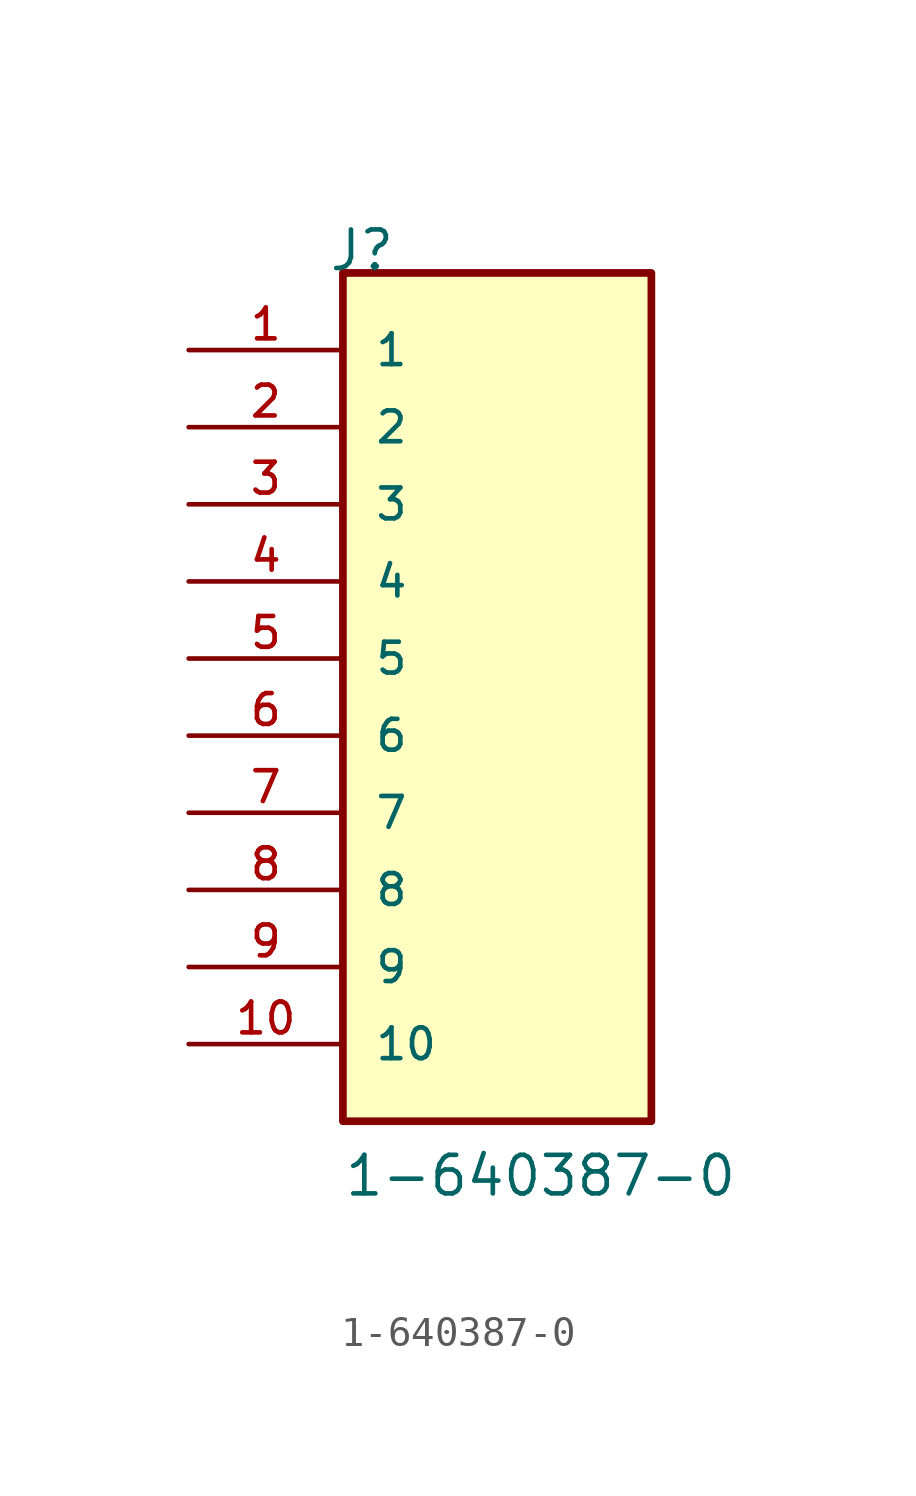
<source format=kicad_sym>
(kicad_symbol_lib
  (version 20211014)
  (generator kicad_symbol_editor)
  (symbol "1-640387-0"
    (pin_names
      (offset 1.016))
    (property "Reference" "J"
      (at -5.58 15.24 0)
      (effects (font (size 1.27 1.27)) (justify bottom left)))
    (property "Value" "1-640387-0"
      (at -5.08 -15.24 0)
      (effects (font (size 1.27 1.27)) (justify bottom left)))
    (symbol "1-640387-0_0_0"
      (rectangle (start -5.08 -12.7) (end 5.08 15.24) (stroke (width 0.254)) (fill (type background)))
      (pin passive line (at -10.16 12.7 0) (length 5.08) (name "1" (effects (font (size 1.016 1.016)))) (number "1" (effects (font (size 1.016 1.016)))))
      (pin passive line (at -10.16 10.16 0) (length 5.08) (name "2" (effects (font (size 1.016 1.016)))) (number "2" (effects (font (size 1.016 1.016)))))
      (pin passive line (at -10.16 7.62 0) (length 5.08) (name "3" (effects (font (size 1.016 1.016)))) (number "3" (effects (font (size 1.016 1.016)))))
      (pin passive line (at -10.16 5.08 0) (length 5.08) (name "4" (effects (font (size 1.016 1.016)))) (number "4" (effects (font (size 1.016 1.016)))))
      (pin passive line (at -10.16 2.54 0) (length 5.08) (name "5" (effects (font (size 1.016 1.016)))) (number "5" (effects (font (size 1.016 1.016)))))
      (pin passive line (at -10.16 0.0 0) (length 5.08) (name "6" (effects (font (size 1.016 1.016)))) (number "6" (effects (font (size 1.016 1.016)))))
      (pin passive line (at -10.16 -2.54 0) (length 5.08) (name "7" (effects (font (size 1.016 1.016)))) (number "7" (effects (font (size 1.016 1.016)))))
      (pin passive line (at -10.16 -5.08 0) (length 5.08) (name "8" (effects (font (size 1.016 1.016)))) (number "8" (effects (font (size 1.016 1.016)))))
      (pin passive line (at -10.16 -7.62 0) (length 5.08) (name "9" (effects (font (size 1.016 1.016)))) (number "9" (effects (font (size 1.016 1.016)))))
      (pin passive line (at -10.16 -10.16 0) (length 5.08) (name "10" (effects (font (size 1.016 1.016)))) (number "10" (effects (font (size 1.016 1.016))))))))
</source>
